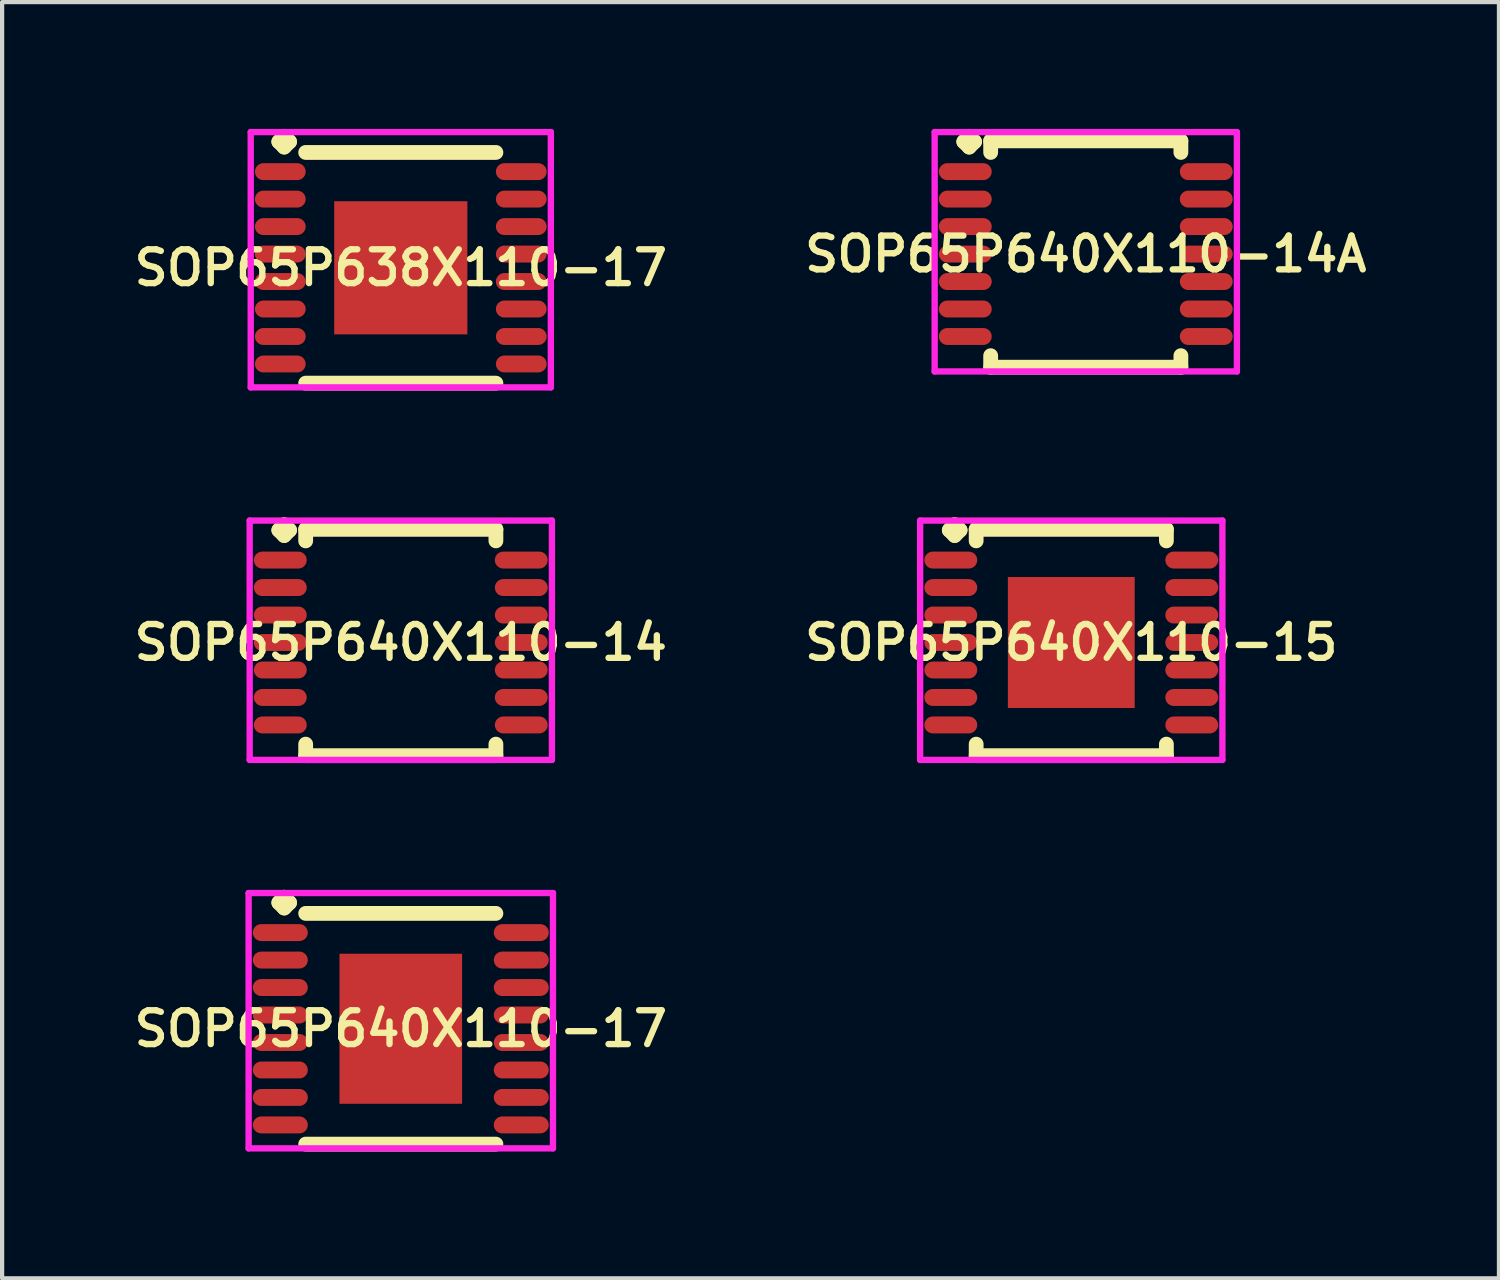
<source format=kicad_pcb>
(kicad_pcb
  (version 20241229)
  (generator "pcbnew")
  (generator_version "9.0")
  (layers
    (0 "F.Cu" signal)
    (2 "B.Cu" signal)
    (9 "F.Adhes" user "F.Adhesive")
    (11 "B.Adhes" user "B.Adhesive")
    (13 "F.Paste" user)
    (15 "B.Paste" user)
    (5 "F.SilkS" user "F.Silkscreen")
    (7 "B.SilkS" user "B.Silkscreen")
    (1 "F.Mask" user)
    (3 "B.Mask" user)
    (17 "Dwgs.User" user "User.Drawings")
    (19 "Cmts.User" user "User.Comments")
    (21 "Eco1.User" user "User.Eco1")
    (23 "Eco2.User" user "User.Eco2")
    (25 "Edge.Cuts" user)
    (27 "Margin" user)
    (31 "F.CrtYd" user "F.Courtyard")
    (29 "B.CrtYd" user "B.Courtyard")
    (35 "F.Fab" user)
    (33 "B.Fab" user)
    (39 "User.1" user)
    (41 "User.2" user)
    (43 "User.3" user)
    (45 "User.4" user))
  (footprint "SOP65P640X110-17"
    (layer "F.Cu")
    (at 6.431 21.286)
    (property "Reference" "SOP65P640X110-17" (at 0 0 0) (layer "F.SilkS") (effects (font (size 0.8 0.8) (thickness 0.15))))
    (attr smd)
    (fp_line (start -2.885 -2.983) (end -2.758 -3.11) (stroke (width 0.35) (type solid)) (layer "F.SilkS"))
    (fp_line (start -2.758 -3.11) (end -2.631 -2.983) (stroke (width 0.35) (type solid)) (layer "F.SilkS"))
    (fp_line (start -2.758 -2.856) (end -2.885 -2.983) (stroke (width 0.35) (type solid)) (layer "F.SilkS"))
    (fp_line (start -2.631 -2.983) (end -2.758 -2.856) (stroke (width 0.35) (type solid)) (layer "F.SilkS"))
    (fp_line (start -2.25 -2.729) (end 2.25 -2.729) (stroke (width 0.35) (type solid)) (layer "F.SilkS"))
    (fp_line (start -2.25 2.729) (end 2.25 2.729) (stroke (width 0.35) (type solid)) (layer "F.SilkS"))
    (fp_line (start -3.6 -3.21) (end 3.6 -3.21) (stroke (width 0.15) (type solid)) (layer "F.CrtYd"))
    (fp_line (start -3.6 2.829) (end -3.6 -3.21) (stroke (width 0.15) (type solid)) (layer "F.CrtYd"))
    (fp_line (start 3.6 -3.21) (end 3.6 2.829) (stroke (width 0.15) (type solid)) (layer "F.CrtYd"))
    (fp_line (start 3.6 2.829) (end -3.6 2.829) (stroke (width 0.15) (type solid)) (layer "F.CrtYd"))
    (pad "1" smd oval (at -2.85 -2.275) (size 1.3 0.4) (layers "F.Cu" "F.Mask" "F.Paste"))
    (pad "2" smd oval (at -2.85 -1.625) (size 1.3 0.4) (layers "F.Cu" "F.Mask" "F.Paste"))
    (pad "3" smd oval (at -2.85 -0.975) (size 1.3 0.4) (layers "F.Cu" "F.Mask" "F.Paste"))
    (pad "4" smd oval (at -2.85 -0.325) (size 1.3 0.4) (layers "F.Cu" "F.Mask" "F.Paste"))
    (pad "5" smd oval (at -2.85 0.325) (size 1.3 0.4) (layers "F.Cu" "F.Mask" "F.Paste"))
    (pad "6" smd oval (at -2.85 0.975) (size 1.3 0.4) (layers "F.Cu" "F.Mask" "F.Paste"))
    (pad "7" smd oval (at -2.85 1.625) (size 1.3 0.4) (layers "F.Cu" "F.Mask" "F.Paste"))
    (pad "8" smd oval (at -2.85 2.275) (size 1.3 0.4) (layers "F.Cu" "F.Mask" "F.Paste"))
    (pad "9" smd oval (at 2.85 2.275) (size 1.3 0.4) (layers "F.Cu" "F.Mask" "F.Paste"))
    (pad "10" smd oval (at 2.85 1.625) (size 1.3 0.4) (layers "F.Cu" "F.Mask" "F.Paste"))
    (pad "11" smd oval (at 2.85 0.975) (size 1.3 0.4) (layers "F.Cu" "F.Mask" "F.Paste"))
    (pad "12" smd oval (at 2.85 0.325) (size 1.3 0.4) (layers "F.Cu" "F.Mask" "F.Paste"))
    (pad "13" smd oval (at 2.85 -0.325) (size 1.3 0.4) (layers "F.Cu" "F.Mask" "F.Paste"))
    (pad "14" smd oval (at 2.85 -0.975) (size 1.3 0.4) (layers "F.Cu" "F.Mask" "F.Paste"))
    (pad "15" smd oval (at 2.85 -1.625) (size 1.3 0.4) (layers "F.Cu" "F.Mask" "F.Paste"))
    (pad "16" smd oval (at 2.85 -2.275) (size 1.3 0.4) (layers "F.Cu" "F.Mask" "F.Paste"))
    (pad "17" smd rect (at 0 0) (size 2.9 3.55) (layers "F.Cu" "F.Mask" "F.Paste")))
  (footprint "SOP65P638X110-17"
    (layer "F.Cu")
    (at 6.431 3.285)
    (property "Reference" "SOP65P638X110-17" (at 0 0 0) (layer "F.SilkS") (effects (font (size 0.8 0.8) (thickness 0.15))))
    (attr smd)
    (fp_line (start -2.885 -2.983) (end -2.758 -3.11) (stroke (width 0.35) (type solid)) (layer "F.SilkS"))
    (fp_line (start -2.758 -3.11) (end -2.631 -2.983) (stroke (width 0.35) (type solid)) (layer "F.SilkS"))
    (fp_line (start -2.758 -2.856) (end -2.885 -2.983) (stroke (width 0.35) (type solid)) (layer "F.SilkS"))
    (fp_line (start -2.631 -2.983) (end -2.758 -2.856) (stroke (width 0.35) (type solid)) (layer "F.SilkS"))
    (fp_line (start -2.25 -2.729) (end 2.25 -2.729) (stroke (width 0.35) (type solid)) (layer "F.SilkS"))
    (fp_line (start -2.25 2.729) (end 2.25 2.729) (stroke (width 0.35) (type solid)) (layer "F.SilkS"))
    (fp_line (start -3.55 -3.21) (end 3.55 -3.21) (stroke (width 0.15) (type solid)) (layer "F.CrtYd"))
    (fp_line (start -3.55 2.829) (end -3.55 -3.21) (stroke (width 0.15) (type solid)) (layer "F.CrtYd"))
    (fp_line (start 3.55 -3.21) (end 3.55 2.829) (stroke (width 0.15) (type solid)) (layer "F.CrtYd"))
    (fp_line (start 3.55 2.829) (end -3.55 2.829) (stroke (width 0.15) (type solid)) (layer "F.CrtYd"))
    (pad "1" smd oval (at -2.85 -2.275) (size 1.2 0.4) (layers "F.Cu" "F.Mask" "F.Paste"))
    (pad "2" smd oval (at -2.85 -1.625) (size 1.2 0.4) (layers "F.Cu" "F.Mask" "F.Paste"))
    (pad "3" smd oval (at -2.85 -0.975) (size 1.2 0.4) (layers "F.Cu" "F.Mask" "F.Paste"))
    (pad "4" smd oval (at -2.85 -0.325) (size 1.2 0.4) (layers "F.Cu" "F.Mask" "F.Paste"))
    (pad "5" smd oval (at -2.85 0.325) (size 1.2 0.4) (layers "F.Cu" "F.Mask" "F.Paste"))
    (pad "6" smd oval (at -2.85 0.975) (size 1.2 0.4) (layers "F.Cu" "F.Mask" "F.Paste"))
    (pad "7" smd oval (at -2.85 1.625) (size 1.2 0.4) (layers "F.Cu" "F.Mask" "F.Paste"))
    (pad "8" smd oval (at -2.85 2.275) (size 1.2 0.4) (layers "F.Cu" "F.Mask" "F.Paste"))
    (pad "9" smd oval (at 2.85 2.275) (size 1.2 0.4) (layers "F.Cu" "F.Mask" "F.Paste"))
    (pad "10" smd oval (at 2.85 1.625) (size 1.2 0.4) (layers "F.Cu" "F.Mask" "F.Paste"))
    (pad "11" smd oval (at 2.85 0.975) (size 1.2 0.4) (layers "F.Cu" "F.Mask" "F.Paste"))
    (pad "12" smd oval (at 2.85 0.325) (size 1.2 0.4) (layers "F.Cu" "F.Mask" "F.Paste"))
    (pad "13" smd oval (at 2.85 -0.325) (size 1.2 0.4) (layers "F.Cu" "F.Mask" "F.Paste"))
    (pad "14" smd oval (at 2.85 -0.975) (size 1.2 0.4) (layers "F.Cu" "F.Mask" "F.Paste"))
    (pad "15" smd oval (at 2.85 -1.625) (size 1.2 0.4) (layers "F.Cu" "F.Mask" "F.Paste"))
    (pad "16" smd oval (at 2.85 -2.275) (size 1.2 0.4) (layers "F.Cu" "F.Mask" "F.Paste"))
    (pad "17" smd rect (at 0 0) (size 3.15 3.15) (layers "F.Cu" "F.Mask" "F.Paste")))
  (footprint "SOP65P640X110-14"
    (layer "F.Cu")
    (at 6.431 12.149)
    (property "Reference" "SOP65P640X110-14" (at 0 0 0) (layer "F.SilkS") (effects (font (size 0.8 0.8) (thickness 0.15))))
    (attr smd)
    (fp_line (start -2.885 -2.658) (end -2.758 -2.785) (stroke (width 0.35) (type solid)) (layer "F.SilkS"))
    (fp_line (start -2.758 -2.785) (end -2.631 -2.658) (stroke (width 0.35) (type solid)) (layer "F.SilkS"))
    (fp_line (start -2.758 -2.531) (end -2.885 -2.658) (stroke (width 0.35) (type solid)) (layer "F.SilkS"))
    (fp_line (start -2.631 -2.658) (end -2.758 -2.531) (stroke (width 0.35) (type solid)) (layer "F.SilkS"))
    (fp_line (start -2.25 -2.677) (end 2.25 -2.677) (stroke (width 0.35) (type solid)) (layer "F.SilkS"))
    (fp_line (start -2.25 -2.404) (end -2.25 -2.677) (stroke (width 0.35) (type solid)) (layer "F.SilkS"))
    (fp_line (start -2.25 2.404) (end -2.25 2.677) (stroke (width 0.35) (type solid)) (layer "F.SilkS"))
    (fp_line (start -2.25 2.677) (end 2.25 2.677) (stroke (width 0.35) (type solid)) (layer "F.SilkS"))
    (fp_line (start 2.25 -2.677) (end 2.25 -2.404) (stroke (width 0.35) (type solid)) (layer "F.SilkS"))
    (fp_line (start 2.25 2.677) (end 2.25 2.404) (stroke (width 0.35) (type solid)) (layer "F.SilkS"))
    (fp_line (start -3.575 -2.885) (end 3.575 -2.885) (stroke (width 0.15) (type solid)) (layer "F.CrtYd"))
    (fp_line (start -3.575 2.777) (end -3.575 -2.885) (stroke (width 0.15) (type solid)) (layer "F.CrtYd"))
    (fp_line (start 3.575 -2.885) (end 3.575 2.777) (stroke (width 0.15) (type solid)) (layer "F.CrtYd"))
    (fp_line (start 3.575 2.777) (end -3.575 2.777) (stroke (width 0.15) (type solid)) (layer "F.CrtYd"))
    (pad "1" smd oval (at -2.85 -1.95) (size 1.25 0.4) (layers "F.Cu" "F.Mask" "F.Paste"))
    (pad "2" smd oval (at -2.85 -1.3) (size 1.25 0.4) (layers "F.Cu" "F.Mask" "F.Paste"))
    (pad "3" smd oval (at -2.85 -0.65) (size 1.25 0.4) (layers "F.Cu" "F.Mask" "F.Paste"))
    (pad "4" smd oval (at -2.85 0) (size 1.25 0.4) (layers "F.Cu" "F.Mask" "F.Paste"))
    (pad "5" smd oval (at -2.85 0.65) (size 1.25 0.4) (layers "F.Cu" "F.Mask" "F.Paste"))
    (pad "6" smd oval (at -2.85 1.3) (size 1.25 0.4) (layers "F.Cu" "F.Mask" "F.Paste"))
    (pad "7" smd oval (at -2.85 1.95) (size 1.25 0.4) (layers "F.Cu" "F.Mask" "F.Paste"))
    (pad "8" smd oval (at 2.85 1.95) (size 1.25 0.4) (layers "F.Cu" "F.Mask" "F.Paste"))
    (pad "9" smd oval (at 2.85 1.3) (size 1.25 0.4) (layers "F.Cu" "F.Mask" "F.Paste"))
    (pad "10" smd oval (at 2.85 0.65) (size 1.25 0.4) (layers "F.Cu" "F.Mask" "F.Paste"))
    (pad "11" smd oval (at 2.85 0) (size 1.25 0.4) (layers "F.Cu" "F.Mask" "F.Paste"))
    (pad "12" smd oval (at 2.85 -0.65) (size 1.25 0.4) (layers "F.Cu" "F.Mask" "F.Paste"))
    (pad "13" smd oval (at 2.85 -1.3) (size 1.25 0.4) (layers "F.Cu" "F.Mask" "F.Paste"))
    (pad "14" smd oval (at 2.85 -1.95) (size 1.25 0.4) (layers "F.Cu" "F.Mask" "F.Paste")))
  (footprint "SOP65P640X110-14A"
    (layer "F.Cu")
    (at 22.635 2.96)
    (property "Reference" "SOP65P640X110-14A" (at 0 0 0) (layer "F.SilkS") (effects (font (size 0.8 0.8) (thickness 0.15))))
    (attr smd)
    (fp_line (start -2.885 -2.658) (end -2.758 -2.785) (stroke (width 0.35) (type solid)) (layer "F.SilkS"))
    (fp_line (start -2.758 -2.785) (end -2.631 -2.658) (stroke (width 0.35) (type solid)) (layer "F.SilkS"))
    (fp_line (start -2.758 -2.531) (end -2.885 -2.658) (stroke (width 0.35) (type solid)) (layer "F.SilkS"))
    (fp_line (start -2.631 -2.658) (end -2.758 -2.531) (stroke (width 0.35) (type solid)) (layer "F.SilkS"))
    (fp_line (start -2.25 -2.677) (end 2.25 -2.677) (stroke (width 0.35) (type solid)) (layer "F.SilkS"))
    (fp_line (start -2.25 -2.404) (end -2.25 -2.677) (stroke (width 0.35) (type solid)) (layer "F.SilkS"))
    (fp_line (start -2.25 2.404) (end -2.25 2.677) (stroke (width 0.35) (type solid)) (layer "F.SilkS"))
    (fp_line (start -2.25 2.677) (end 2.25 2.677) (stroke (width 0.35) (type solid)) (layer "F.SilkS"))
    (fp_line (start 2.25 -2.677) (end 2.25 -2.404) (stroke (width 0.35) (type solid)) (layer "F.SilkS"))
    (fp_line (start 2.25 2.677) (end 2.25 2.404) (stroke (width 0.35) (type solid)) (layer "F.SilkS"))
    (fp_line (start -3.575 -2.885) (end 3.575 -2.885) (stroke (width 0.15) (type solid)) (layer "F.CrtYd"))
    (fp_line (start -3.575 2.777) (end -3.575 -2.885) (stroke (width 0.15) (type solid)) (layer "F.CrtYd"))
    (fp_line (start 3.575 -2.885) (end 3.575 2.777) (stroke (width 0.15) (type solid)) (layer "F.CrtYd"))
    (fp_line (start 3.575 2.777) (end -3.575 2.777) (stroke (width 0.15) (type solid)) (layer "F.CrtYd"))
    (pad "1" smd oval (at -2.85 -1.95) (size 1.25 0.4) (layers "F.Cu" "F.Mask" "F.Paste"))
    (pad "2" smd oval (at -2.85 -1.3) (size 1.25 0.4) (layers "F.Cu" "F.Mask" "F.Paste"))
    (pad "3" smd oval (at -2.85 -0.65) (size 1.25 0.4) (layers "F.Cu" "F.Mask" "F.Paste"))
    (pad "4" smd oval (at -2.85 0) (size 1.25 0.4) (layers "F.Cu" "F.Mask" "F.Paste"))
    (pad "5" smd oval (at -2.85 0.65) (size 1.25 0.4) (layers "F.Cu" "F.Mask" "F.Paste"))
    (pad "6" smd oval (at -2.85 1.3) (size 1.25 0.4) (layers "F.Cu" "F.Mask" "F.Paste"))
    (pad "7" smd oval (at -2.85 1.95) (size 1.25 0.4) (layers "F.Cu" "F.Mask" "F.Paste"))
    (pad "8" smd oval (at 2.85 1.95) (size 1.25 0.4) (layers "F.Cu" "F.Mask" "F.Paste"))
    (pad "9" smd oval (at 2.85 1.3) (size 1.25 0.4) (layers "F.Cu" "F.Mask" "F.Paste"))
    (pad "10" smd oval (at 2.85 0.65) (size 1.25 0.4) (layers "F.Cu" "F.Mask" "F.Paste"))
    (pad "11" smd oval (at 2.85 0) (size 1.25 0.4) (layers "F.Cu" "F.Mask" "F.Paste"))
    (pad "12" smd oval (at 2.85 -0.65) (size 1.25 0.4) (layers "F.Cu" "F.Mask" "F.Paste"))
    (pad "13" smd oval (at 2.85 -1.3) (size 1.25 0.4) (layers "F.Cu" "F.Mask" "F.Paste"))
    (pad "14" smd oval (at 2.85 -1.95) (size 1.25 0.4) (layers "F.Cu" "F.Mask" "F.Paste")))
  (footprint "SOP65P640X110-15"
    (layer "F.Cu")
    (at 22.292 12.149)
    (property "Reference" "SOP65P640X110-15" (at 0 0 0) (layer "F.SilkS") (effects (font (size 0.8 0.8) (thickness 0.15))))
    (attr smd)
    (fp_line (start -2.885 -2.658) (end -2.758 -2.785) (stroke (width 0.35) (type solid)) (layer "F.SilkS"))
    (fp_line (start -2.758 -2.785) (end -2.631 -2.658) (stroke (width 0.35) (type solid)) (layer "F.SilkS"))
    (fp_line (start -2.758 -2.531) (end -2.885 -2.658) (stroke (width 0.35) (type solid)) (layer "F.SilkS"))
    (fp_line (start -2.631 -2.658) (end -2.758 -2.531) (stroke (width 0.35) (type solid)) (layer "F.SilkS"))
    (fp_line (start -2.25 -2.677) (end 2.25 -2.677) (stroke (width 0.35) (type solid)) (layer "F.SilkS"))
    (fp_line (start -2.25 -2.404) (end -2.25 -2.677) (stroke (width 0.35) (type solid)) (layer "F.SilkS"))
    (fp_line (start -2.25 2.404) (end -2.25 2.677) (stroke (width 0.35) (type solid)) (layer "F.SilkS"))
    (fp_line (start -2.25 2.677) (end 2.25 2.677) (stroke (width 0.35) (type solid)) (layer "F.SilkS"))
    (fp_line (start 2.25 -2.677) (end 2.25 -2.404) (stroke (width 0.35) (type solid)) (layer "F.SilkS"))
    (fp_line (start 2.25 2.677) (end 2.25 2.404) (stroke (width 0.35) (type solid)) (layer "F.SilkS"))
    (fp_line (start -3.575 -2.885) (end 3.575 -2.885) (stroke (width 0.15) (type solid)) (layer "F.CrtYd"))
    (fp_line (start -3.575 2.777) (end -3.575 -2.885) (stroke (width 0.15) (type solid)) (layer "F.CrtYd"))
    (fp_line (start 3.575 -2.885) (end 3.575 2.777) (stroke (width 0.15) (type solid)) (layer "F.CrtYd"))
    (fp_line (start 3.575 2.777) (end -3.575 2.777) (stroke (width 0.15) (type solid)) (layer "F.CrtYd"))
    (pad "1" smd oval (at -2.85 -1.95) (size 1.25 0.4) (layers "F.Cu" "F.Mask" "F.Paste"))
    (pad "2" smd oval (at -2.85 -1.3) (size 1.25 0.4) (layers "F.Cu" "F.Mask" "F.Paste"))
    (pad "3" smd oval (at -2.85 -0.65) (size 1.25 0.4) (layers "F.Cu" "F.Mask" "F.Paste"))
    (pad "4" smd oval (at -2.85 0) (size 1.25 0.4) (layers "F.Cu" "F.Mask" "F.Paste"))
    (pad "5" smd oval (at -2.85 0.65) (size 1.25 0.4) (layers "F.Cu" "F.Mask" "F.Paste"))
    (pad "6" smd oval (at -2.85 1.3) (size 1.25 0.4) (layers "F.Cu" "F.Mask" "F.Paste"))
    (pad "7" smd oval (at -2.85 1.95) (size 1.25 0.4) (layers "F.Cu" "F.Mask" "F.Paste"))
    (pad "8" smd oval (at 2.85 1.95) (size 1.25 0.4) (layers "F.Cu" "F.Mask" "F.Paste"))
    (pad "9" smd oval (at 2.85 1.3) (size 1.25 0.4) (layers "F.Cu" "F.Mask" "F.Paste"))
    (pad "10" smd oval (at 2.85 0.65) (size 1.25 0.4) (layers "F.Cu" "F.Mask" "F.Paste"))
    (pad "11" smd oval (at 2.85 0) (size 1.25 0.4) (layers "F.Cu" "F.Mask" "F.Paste"))
    (pad "12" smd oval (at 2.85 -0.65) (size 1.25 0.4) (layers "F.Cu" "F.Mask" "F.Paste"))
    (pad "13" smd oval (at 2.85 -1.3) (size 1.25 0.4) (layers "F.Cu" "F.Mask" "F.Paste"))
    (pad "14" smd oval (at 2.85 -1.95) (size 1.25 0.4) (layers "F.Cu" "F.Mask" "F.Paste"))
    (pad "15" smd rect (at 0 0) (size 3 3.1) (layers "F.Cu" "F.Mask" "F.Paste")))
  (gr_rect
    (start -3 -3)
    (end 32.409 27.19)
    (stroke (width 0.1) (type default))
    (fill no)
    (layer "Edge.Cuts")))
</source>
